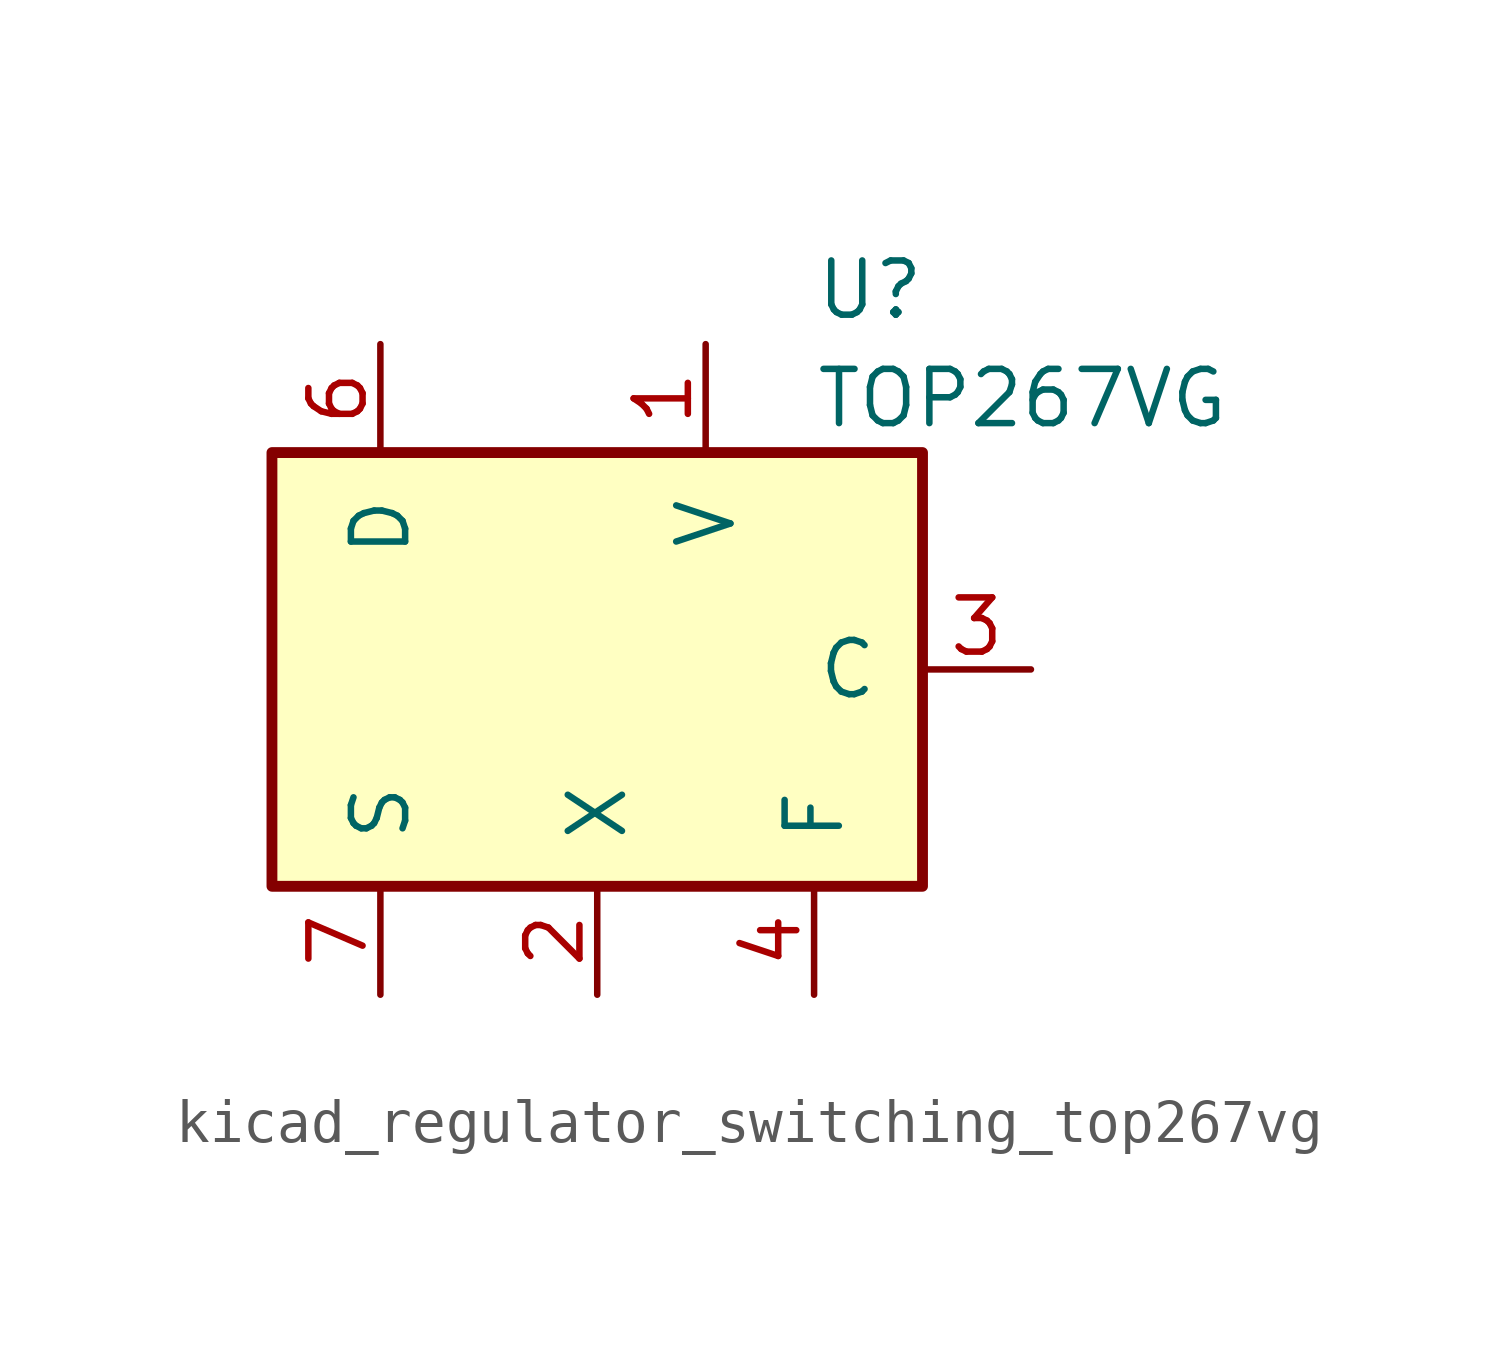
<source format=kicad_sym>
(kicad_symbol_lib
  (version 20220914)
  (generator kicad_symbol_editor)
  (symbol "kicad_regulator_switching_top267vg"
    (pin_names
      (offset 1.016))
    (property "Reference" "U"
      (at 5.08 8.89 0)
      (effects (font (size 1.27 1.27)) (justify left)))
    (property "Value" "TOP267VG"
      (at 5.08 6.35 0)
      (effects (font (size 1.27 1.27)) (justify left)))
    (symbol "kicad_regulator_switching_top267vg_0_1"
      (rectangle (start -7.62 5.08) (end 7.62 -5.08) (stroke (width 0.254) (type default)) (fill (type background))))
    (symbol "kicad_regulator_switching_top267vg_1_1"
      (pin input line (at 2.54 7.62 270) (length 2.54) (name "V" (effects (font (size 1.27 1.27)))) (number "1" (effects (font (size 1.27 1.27)))))
      (pin passive line (at -5.08 -7.62 90) (length 2.54) hide (name "S" (effects (font (size 1.27 1.27)))) (number "10" (effects (font (size 1.27 1.27)))))
      (pin passive line (at -5.08 -7.62 90) (length 2.54) hide (name "S" (effects (font (size 1.27 1.27)))) (number "11" (effects (font (size 1.27 1.27)))))
      (pin passive line (at -5.08 -7.62 90) (length 2.54) hide (name "S" (effects (font (size 1.27 1.27)))) (number "12" (effects (font (size 1.27 1.27)))))
      (pin input line (at 0 -7.62 90) (length 2.54) (name "X" (effects (font (size 1.27 1.27)))) (number "2" (effects (font (size 1.27 1.27)))))
      (pin input line (at 10.16 0 180) (length 2.54) (name "C" (effects (font (size 1.27 1.27)))) (number "3" (effects (font (size 1.27 1.27)))))
      (pin passive line (at 5.08 -7.62 90) (length 2.54) (name "F" (effects (font (size 1.27 1.27)))) (number "4" (effects (font (size 1.27 1.27)))))
      (pin open_collector line (at -5.08 7.62 270) (length 2.54) (name "D" (effects (font (size 1.27 1.27)))) (number "6" (effects (font (size 1.27 1.27)))))
      (pin power_in line (at -5.08 -7.62 90) (length 2.54) (name "S" (effects (font (size 1.27 1.27)))) (number "7" (effects (font (size 1.27 1.27)))))
      (pin passive line (at -5.08 -7.62 90) (length 2.54) hide (name "S" (effects (font (size 1.27 1.27)))) (number "8" (effects (font (size 1.27 1.27)))))
      (pin passive line (at -5.08 -7.62 90) (length 2.54) hide (name "S" (effects (font (size 1.27 1.27)))) (number "9" (effects (font (size 1.27 1.27))))))))
</source>
